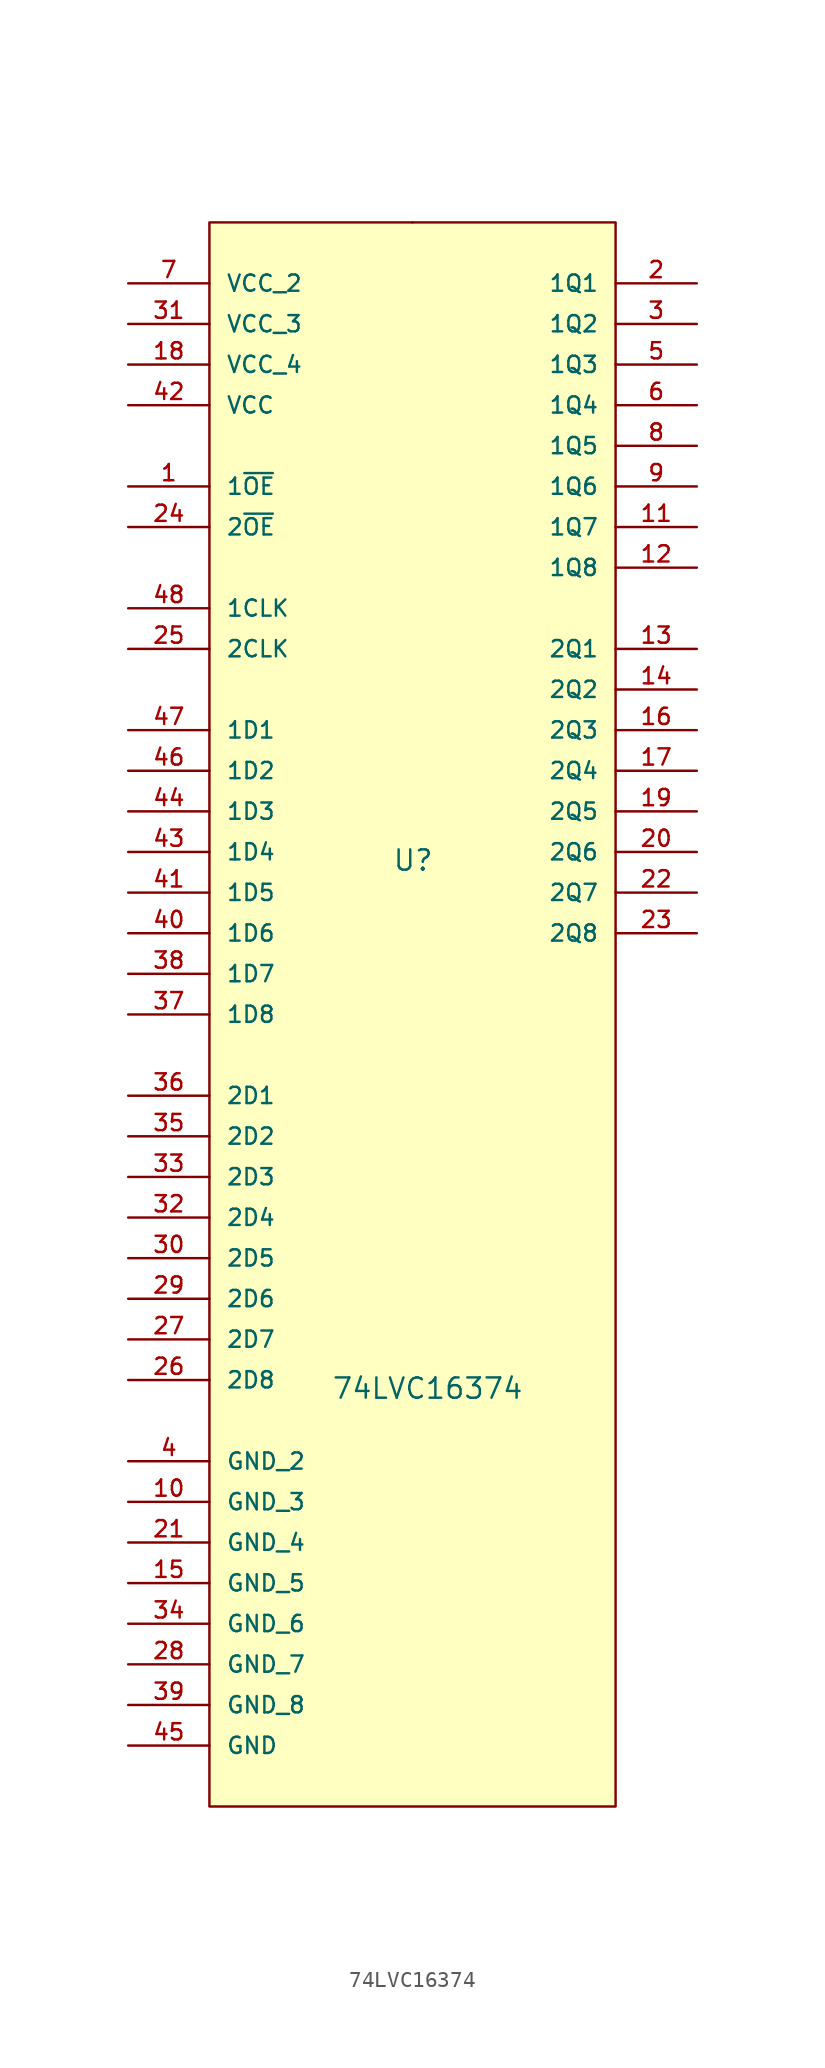
<source format=kicad_sym>
(kicad_symbol_lib
  (version 20231120)
  (generator "kicad_symbol_editor")
  (generator_version "8.0")
  (symbol "74LVC16374"
    (pin_names
      (offset 1.016))
    (property "Reference" "U"
      (at -1.27 6.35 0)
      (effects (font (size 1.27 1.27)) (justify left bottom)))
    (property "Value" "74LVC16374"
      (at -5.08 -26.67 0)
      (effects (font (size 1.27 1.27)) (justify left bottom)))
    (property "ki_locked" ""
      (at 0 0 0)
      (effects (font (size 1.27 1.27))))
    (symbol "74LVC16374_0_0"
      (pin input line (at -17.78 30.48 0) (length 5.08) (name "1~{OE}" (effects (font (size 1.016 1.016)))) (number "1" (effects (font (size 1.016 1.016)))))
      (pin passive line (at -17.78 -33.02 0) (length 5.08) (name "GND_3" (effects (font (size 1.016 1.016)))) (number "10" (effects (font (size 1.016 1.016)))))
      (pin output line (at 17.78 27.94 180) (length 5.08) (name "1Q7" (effects (font (size 1.016 1.016)))) (number "11" (effects (font (size 1.016 1.016)))))
      (pin output line (at 17.78 25.4 180) (length 5.08) (name "1Q8" (effects (font (size 1.016 1.016)))) (number "12" (effects (font (size 1.016 1.016)))))
      (pin output line (at 17.78 20.32 180) (length 5.08) (name "2Q1" (effects (font (size 1.016 1.016)))) (number "13" (effects (font (size 1.016 1.016)))))
      (pin output line (at 17.78 17.78 180) (length 5.08) (name "2Q2" (effects (font (size 1.016 1.016)))) (number "14" (effects (font (size 1.016 1.016)))))
      (pin passive line (at -17.78 -38.1 0) (length 5.08) (name "GND_5" (effects (font (size 1.016 1.016)))) (number "15" (effects (font (size 1.016 1.016)))))
      (pin output line (at 17.78 15.24 180) (length 5.08) (name "2Q3" (effects (font (size 1.016 1.016)))) (number "16" (effects (font (size 1.016 1.016)))))
      (pin output line (at 17.78 12.7 180) (length 5.08) (name "2Q4" (effects (font (size 1.016 1.016)))) (number "17" (effects (font (size 1.016 1.016)))))
      (pin power_in line (at -17.78 38.1 0) (length 5.08) (name "VCC_4" (effects (font (size 1.016 1.016)))) (number "18" (effects (font (size 1.016 1.016)))))
      (pin output line (at 17.78 10.16 180) (length 5.08) (name "2Q5" (effects (font (size 1.016 1.016)))) (number "19" (effects (font (size 1.016 1.016)))))
      (pin output line (at 17.78 43.18 180) (length 5.08) (name "1Q1" (effects (font (size 1.016 1.016)))) (number "2" (effects (font (size 1.016 1.016)))))
      (pin output line (at 17.78 7.62 180) (length 5.08) (name "2Q6" (effects (font (size 1.016 1.016)))) (number "20" (effects (font (size 1.016 1.016)))))
      (pin passive line (at -17.78 -35.56 0) (length 5.08) (name "GND_4" (effects (font (size 1.016 1.016)))) (number "21" (effects (font (size 1.016 1.016)))))
      (pin output line (at 17.78 5.08 180) (length 5.08) (name "2Q7" (effects (font (size 1.016 1.016)))) (number "22" (effects (font (size 1.016 1.016)))))
      (pin output line (at 17.78 2.54 180) (length 5.08) (name "2Q8" (effects (font (size 1.016 1.016)))) (number "23" (effects (font (size 1.016 1.016)))))
      (pin input line (at -17.78 27.94 0) (length 5.08) (name "2~{OE}" (effects (font (size 1.016 1.016)))) (number "24" (effects (font (size 1.016 1.016)))))
      (pin input line (at -17.78 20.32 0) (length 5.08) (name "2CLK" (effects (font (size 1.016 1.016)))) (number "25" (effects (font (size 1.016 1.016)))))
      (pin input line (at -17.78 -25.4 0) (length 5.08) (name "2D8" (effects (font (size 1.016 1.016)))) (number "26" (effects (font (size 1.016 1.016)))))
      (pin input line (at -17.78 -22.86 0) (length 5.08) (name "2D7" (effects (font (size 1.016 1.016)))) (number "27" (effects (font (size 1.016 1.016)))))
      (pin passive line (at -17.78 -43.18 0) (length 5.08) (name "GND_7" (effects (font (size 1.016 1.016)))) (number "28" (effects (font (size 1.016 1.016)))))
      (pin input line (at -17.78 -20.32 0) (length 5.08) (name "2D6" (effects (font (size 1.016 1.016)))) (number "29" (effects (font (size 1.016 1.016)))))
      (pin output line (at 17.78 40.64 180) (length 5.08) (name "1Q2" (effects (font (size 1.016 1.016)))) (number "3" (effects (font (size 1.016 1.016)))))
      (pin input line (at -17.78 -17.78 0) (length 5.08) (name "2D5" (effects (font (size 1.016 1.016)))) (number "30" (effects (font (size 1.016 1.016)))))
      (pin power_in line (at -17.78 40.64 0) (length 5.08) (name "VCC_3" (effects (font (size 1.016 1.016)))) (number "31" (effects (font (size 1.016 1.016)))))
      (pin input line (at -17.78 -15.24 0) (length 5.08) (name "2D4" (effects (font (size 1.016 1.016)))) (number "32" (effects (font (size 1.016 1.016)))))
      (pin input line (at -17.78 -12.7 0) (length 5.08) (name "2D3" (effects (font (size 1.016 1.016)))) (number "33" (effects (font (size 1.016 1.016)))))
      (pin passive line (at -17.78 -40.64 0) (length 5.08) (name "GND_6" (effects (font (size 1.016 1.016)))) (number "34" (effects (font (size 1.016 1.016)))))
      (pin input line (at -17.78 -10.16 0) (length 5.08) (name "2D2" (effects (font (size 1.016 1.016)))) (number "35" (effects (font (size 1.016 1.016)))))
      (pin input line (at -17.78 -7.62 0) (length 5.08) (name "2D1" (effects (font (size 1.016 1.016)))) (number "36" (effects (font (size 1.016 1.016)))))
      (pin input line (at -17.78 -2.54 0) (length 5.08) (name "1D8" (effects (font (size 1.016 1.016)))) (number "37" (effects (font (size 1.016 1.016)))))
      (pin input line (at -17.78 0 0) (length 5.08) (name "1D7" (effects (font (size 1.016 1.016)))) (number "38" (effects (font (size 1.016 1.016)))))
      (pin passive line (at -17.78 -45.72 0) (length 5.08) (name "GND_8" (effects (font (size 1.016 1.016)))) (number "39" (effects (font (size 1.016 1.016)))))
      (pin passive line (at -17.78 -30.48 0) (length 5.08) (name "GND_2" (effects (font (size 1.016 1.016)))) (number "4" (effects (font (size 1.016 1.016)))))
      (pin input line (at -17.78 2.54 0) (length 5.08) (name "1D6" (effects (font (size 1.016 1.016)))) (number "40" (effects (font (size 1.016 1.016)))))
      (pin input line (at -17.78 5.08 0) (length 5.08) (name "1D5" (effects (font (size 1.016 1.016)))) (number "41" (effects (font (size 1.016 1.016)))))
      (pin power_in line (at -17.78 35.56 0) (length 5.08) (name "VCC" (effects (font (size 1.016 1.016)))) (number "42" (effects (font (size 1.016 1.016)))))
      (pin input line (at -17.78 7.62 0) (length 5.08) (name "1D4" (effects (font (size 1.016 1.016)))) (number "43" (effects (font (size 1.016 1.016)))))
      (pin input line (at -17.78 10.16 0) (length 5.08) (name "1D3" (effects (font (size 1.016 1.016)))) (number "44" (effects (font (size 1.016 1.016)))))
      (pin passive line (at -17.78 -48.26 0) (length 5.08) (name "GND" (effects (font (size 1.016 1.016)))) (number "45" (effects (font (size 1.016 1.016)))))
      (pin input line (at -17.78 12.7 0) (length 5.08) (name "1D2" (effects (font (size 1.016 1.016)))) (number "46" (effects (font (size 1.016 1.016)))))
      (pin input line (at -17.78 15.24 0) (length 5.08) (name "1D1" (effects (font (size 1.016 1.016)))) (number "47" (effects (font (size 1.016 1.016)))))
      (pin input line (at -17.78 22.86 0) (length 5.08) (name "1CLK" (effects (font (size 1.016 1.016)))) (number "48" (effects (font (size 1.016 1.016)))))
      (pin output line (at 17.78 38.1 180) (length 5.08) (name "1Q3" (effects (font (size 1.016 1.016)))) (number "5" (effects (font (size 1.016 1.016)))))
      (pin output line (at 17.78 35.56 180) (length 5.08) (name "1Q4" (effects (font (size 1.016 1.016)))) (number "6" (effects (font (size 1.016 1.016)))))
      (pin power_in line (at -17.78 43.18 0) (length 5.08) (name "VCC_2" (effects (font (size 1.016 1.016)))) (number "7" (effects (font (size 1.016 1.016)))))
      (pin output line (at 17.78 33.02 180) (length 5.08) (name "1Q5" (effects (font (size 1.016 1.016)))) (number "8" (effects (font (size 1.016 1.016)))))
      (pin output line (at 17.78 30.48 180) (length 5.08) (name "1Q6" (effects (font (size 1.016 1.016)))) (number "9" (effects (font (size 1.016 1.016))))))
    (symbol "74LVC16374_1_1"
      (rectangle (start -12.7 46.99) (end 12.7 -52.07) (stroke (width 0) (type solid)) (fill (type background)))
      (rectangle (start 0 46.99) (end 0 46.99) (stroke (width 0) (type solid)) (fill (type none))))))
</source>
